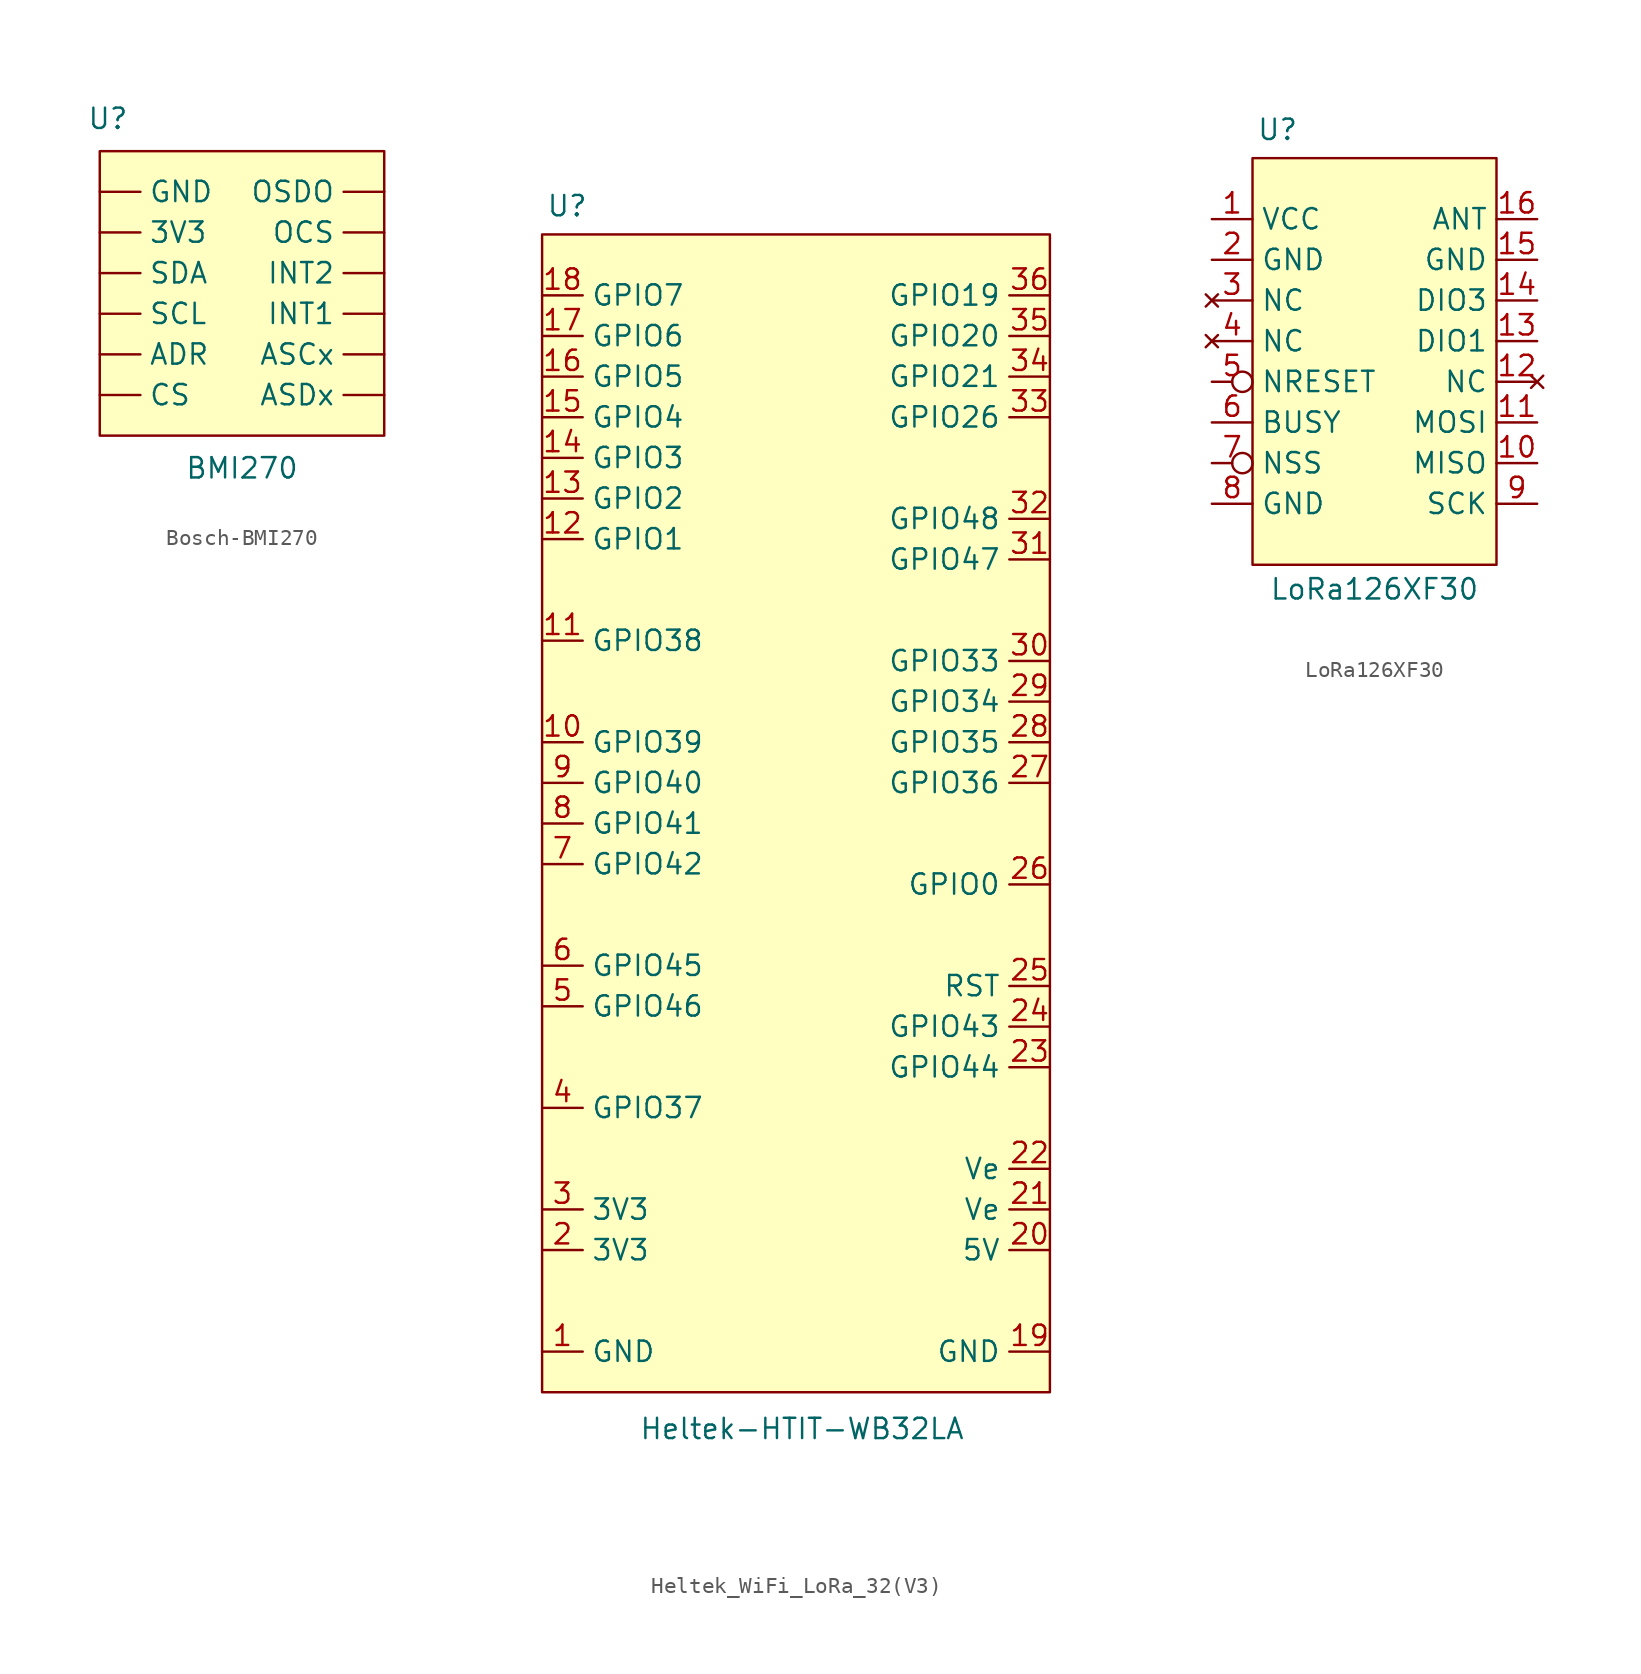
<source format=kicad_sym>
(kicad_symbol_lib
  (version 20231120)
  (generator "kicad_symbol_editor")
  (generator_version "8.0")
  (symbol "Bosch-BMI270"
    (property "Reference" "U"
      (at -8.382 10.922 0)
      (effects (font (size 1.27 1.27))))
    (property "Value" "BMI270"
      (at 0 -10.922 0)
      (effects (font (size 1.27 1.27))))
    (symbol "Bosch-BMI270_0_1"
      (rectangle (start -8.89 8.89) (end 8.89 -8.89) (stroke (width 0) (type default)) (fill (type background))))
    (symbol "Bosch-BMI270_1_1"
      (pin power_in line (at -8.89 3.81 0) (length 2.54) (name "3V3" (effects (font (size 1.27 1.27)))) (number "" (effects (font (size 1.27 1.27)))))
      (pin input line (at -8.89 -3.81 0) (length 2.54) (name "ADR" (effects (font (size 1.27 1.27)))) (number "" (effects (font (size 1.27 1.27)))))
      (pin input line (at 8.89 -3.81 180) (length 2.54) (name "ASCx" (effects (font (size 1.27 1.27)))) (number "" (effects (font (size 1.27 1.27)))))
      (pin bidirectional line (at 8.89 -6.35 180) (length 2.54) (name "ASDx" (effects (font (size 1.27 1.27)))) (number "" (effects (font (size 1.27 1.27)))))
      (pin input line (at -8.89 -6.35 0) (length 2.54) (name "CS" (effects (font (size 1.27 1.27)))) (number "" (effects (font (size 1.27 1.27)))))
      (pin power_in line (at -8.89 6.35 0) (length 2.54) (name "GND" (effects (font (size 1.27 1.27)))) (number "" (effects (font (size 1.27 1.27)))))
      (pin output line (at 8.89 -1.27 180) (length 2.54) (name "INT1" (effects (font (size 1.27 1.27)))) (number "" (effects (font (size 1.27 1.27)))))
      (pin output line (at 8.89 1.27 180) (length 2.54) (name "INT2" (effects (font (size 1.27 1.27)))) (number "" (effects (font (size 1.27 1.27)))))
      (pin open_collector line (at 8.89 3.81 180) (length 2.54) (name "OCS" (effects (font (size 1.27 1.27)))) (number "" (effects (font (size 1.27 1.27)))))
      (pin output line (at 8.89 6.35 180) (length 2.54) (name "OSDO" (effects (font (size 1.27 1.27)))) (number "" (effects (font (size 1.27 1.27)))))
      (pin input line (at -8.89 -1.27 0) (length 2.54) (name "SCL" (effects (font (size 1.27 1.27)))) (number "" (effects (font (size 1.27 1.27)))))
      (pin bidirectional line (at -8.89 1.27 0) (length 2.54) (name "SDA" (effects (font (size 1.27 1.27)))) (number "" (effects (font (size 1.27 1.27)))))))
  (symbol "Heltek_WiFi_LoRa_32(V3)"
    (property "Reference" "U"
      (at -16.256 39.878 0)
      (effects (font (size 1.27 1.27)) (justify left)))
    (property "Value" "Heltek-HTIT-WB32LA"
      (at -0.254 -36.576 0)
      (effects (font (size 1.27 1.27))))
    (symbol "Heltek_WiFi_LoRa_32(V3)_0_1"
      (rectangle (start -16.51 38.1) (end 15.24 -34.29) (stroke (width 0) (type default)) (fill (type background))))
    (symbol "Heltek_WiFi_LoRa_32(V3)_1_1"
      (pin power_out line (at -16.51 -31.75 0) (length 2.54) (name "GND" (effects (font (size 1.27 1.27)))) (number "1" (effects (font (size 1.27 1.27)))))
      (pin bidirectional line (at -16.51 6.35 0) (length 2.54) (name "GPIO39" (effects (font (size 1.27 1.27)))) (number "10" (effects (font (size 1.27 1.27)))) (alternate "MTCK" bidirectional line))
      (pin bidirectional line (at -16.51 12.7 0) (length 2.54) (name "GPIO38" (effects (font (size 1.27 1.27)))) (number "11" (effects (font (size 1.27 1.27)))) (alternate "FSPIWP" bidirectional line) (alternate "SUBSPIWP" bidirectional line))
      (pin bidirectional line (at -16.51 19.05 0) (length 2.54) (name "GPIO1" (effects (font (size 1.27 1.27)))) (number "12" (effects (font (size 1.27 1.27)))) (alternate "ADC1_CH0" bidirectional line) (alternate "TOUCH1" bidirectional line) (alternate "VBAT_READ" bidirectional line))
      (pin bidirectional line (at -16.51 21.59 0) (length 2.54) (name "GPIO2" (effects (font (size 1.27 1.27)))) (number "13" (effects (font (size 1.27 1.27)))) (alternate "ADC1_CH1" bidirectional line) (alternate "TOUCH2" bidirectional line))
      (pin bidirectional line (at -16.51 24.13 0) (length 2.54) (name "GPIO3" (effects (font (size 1.27 1.27)))) (number "14" (effects (font (size 1.27 1.27)))) (alternate "ADC1_CH2" bidirectional line) (alternate "TOUCH3" bidirectional line))
      (pin bidirectional line (at -16.51 26.67 0) (length 2.54) (name "GPIO4" (effects (font (size 1.27 1.27)))) (number "15" (effects (font (size 1.27 1.27)))) (alternate "ADC1_CH3" bidirectional line) (alternate "TOUCH4" bidirectional line))
      (pin bidirectional line (at -16.51 29.21 0) (length 2.54) (name "GPIO5" (effects (font (size 1.27 1.27)))) (number "16" (effects (font (size 1.27 1.27)))) (alternate "ADC1_CH4" bidirectional line) (alternate "TOUCH5" bidirectional line))
      (pin bidirectional line (at -16.51 31.75 0) (length 2.54) (name "GPIO6" (effects (font (size 1.27 1.27)))) (number "17" (effects (font (size 1.27 1.27)))) (alternate "ADC1_CH5" bidirectional line) (alternate "TOUCH6" bidirectional line))
      (pin bidirectional line (at -16.51 34.29 0) (length 2.54) (name "GPIO7" (effects (font (size 1.27 1.27)))) (number "18" (effects (font (size 1.27 1.27)))) (alternate "ADC1_CH6" bidirectional line) (alternate "TOUCH7" bidirectional line))
      (pin power_out line (at 15.24 -31.75 180) (length 2.54) (name "GND" (effects (font (size 1.27 1.27)))) (number "19" (effects (font (size 1.27 1.27)))))
      (pin power_out line (at -16.51 -25.4 0) (length 2.54) (name "3V3" (effects (font (size 1.27 1.27)))) (number "2" (effects (font (size 1.27 1.27)))))
      (pin power_out line (at 15.24 -25.4 180) (length 2.54) (name "5V" (effects (font (size 1.27 1.27)))) (number "20" (effects (font (size 1.27 1.27)))))
      (pin bidirectional line (at 15.24 -22.86 180) (length 2.54) (name "Ve" (effects (font (size 1.27 1.27)))) (number "21" (effects (font (size 1.27 1.27)))))
      (pin bidirectional line (at 15.24 -20.32 180) (length 2.54) (name "Ve" (effects (font (size 1.27 1.27)))) (number "22" (effects (font (size 1.27 1.27)))))
      (pin bidirectional line (at 15.24 -13.97 180) (length 2.54) (name "GPIO44" (effects (font (size 1.27 1.27)))) (number "23" (effects (font (size 1.27 1.27)))) (alternate "CP2102_TX" output line) (alternate "U0RXD" input line))
      (pin bidirectional line (at 15.24 -11.43 180) (length 2.54) (name "GPIO43" (effects (font (size 1.27 1.27)))) (number "24" (effects (font (size 1.27 1.27)))) (alternate "CP2102_RX" input line) (alternate "U0TXD" output line))
      (pin input line (at 15.24 -8.89 180) (length 2.54) (name "RST" (effects (font (size 1.27 1.27)))) (number "25" (effects (font (size 1.27 1.27)))) (alternate "RST_SW" input line))
      (pin bidirectional line (at 15.24 -2.54 180) (length 2.54) (name "GPIO0" (effects (font (size 1.27 1.27)))) (number "26" (effects (font (size 1.27 1.27)))) (alternate "USER_SW" input line))
      (pin bidirectional line (at 15.24 3.81 180) (length 2.54) (name "GPIO36" (effects (font (size 1.27 1.27)))) (number "27" (effects (font (size 1.27 1.27)))) (alternate "FSPICLK" output line) (alternate "SPIIO7" bidirectional line) (alternate "SUBSPICLK" output line) (alternate "Vext_Ctrl" output line))
      (pin bidirectional line (at 15.24 6.35 180) (length 2.54) (name "GPIO35" (effects (font (size 1.27 1.27)))) (number "28" (effects (font (size 1.27 1.27)))) (alternate "FSPID" bidirectional line) (alternate "LED_Write" output line) (alternate "SPIIO6" bidirectional line) (alternate "SUBSPID" bidirectional line))
      (pin bidirectional line (at 15.24 8.89 180) (length 2.54) (name "GPIO34" (effects (font (size 1.27 1.27)))) (number "29" (effects (font (size 1.27 1.27)))) (alternate "FSPIHD" input line) (alternate "SPICS0" output line) (alternate "SUBSPICS0" output line))
      (pin power_out line (at -16.51 -22.86 0) (length 2.54) (name "3V3" (effects (font (size 1.27 1.27)))) (number "3" (effects (font (size 1.27 1.27)))))
      (pin bidirectional line (at 15.24 11.43 180) (length 2.54) (name "GPIO33" (effects (font (size 1.27 1.27)))) (number "30" (effects (font (size 1.27 1.27)))) (alternate "FSPIHD" input line) (alternate "SPIIO4" bidirectional line) (alternate "SUBSPIHD" input line))
      (pin bidirectional line (at 15.24 17.78 180) (length 2.54) (name "GPIO47" (effects (font (size 1.27 1.27)))) (number "31" (effects (font (size 1.27 1.27)))))
      (pin bidirectional line (at 15.24 20.32 180) (length 2.54) (name "GPIO48" (effects (font (size 1.27 1.27)))) (number "32" (effects (font (size 1.27 1.27)))))
      (pin bidirectional line (at 15.24 26.67 180) (length 2.54) (name "GPIO26" (effects (font (size 1.27 1.27)))) (number "33" (effects (font (size 1.27 1.27)))) (alternate "SPICS1" output line))
      (pin bidirectional line (at 15.24 29.21 180) (length 2.54) (name "GPIO21" (effects (font (size 1.27 1.27)))) (number "34" (effects (font (size 1.27 1.27)))) (alternate "OLED_RST" output line))
      (pin bidirectional line (at 15.24 31.75 180) (length 2.54) (name "GPIO20" (effects (font (size 1.27 1.27)))) (number "35" (effects (font (size 1.27 1.27)))) (alternate "ADC2_CH9" bidirectional line) (alternate "CLK_OUT1" bidirectional line) (alternate "U1CTS" input line) (alternate "USB_D+" bidirectional line))
      (pin bidirectional line (at 15.24 34.29 180) (length 2.54) (name "GPIO19" (effects (font (size 1.27 1.27)))) (number "36" (effects (font (size 1.27 1.27)))) (alternate "ADC2_CH9" bidirectional line) (alternate "CLK_OUT2" bidirectional line) (alternate "U1RST" output line) (alternate "USB_D-" bidirectional line))
      (pin bidirectional line (at -16.51 -16.51 0) (length 2.54) (name "GPIO37" (effects (font (size 1.27 1.27)))) (number "4" (effects (font (size 1.27 1.27)))) (alternate "ADC_CTRL" bidirectional line) (alternate "FSPIQ" bidirectional line) (alternate "SPIDQS" bidirectional line) (alternate "SUBSPIQ" bidirectional line))
      (pin bidirectional line (at -16.51 -10.16 0) (length 2.54) (name "GPIO46" (effects (font (size 1.27 1.27)))) (number "5" (effects (font (size 1.27 1.27)))))
      (pin bidirectional line (at -16.51 -7.62 0) (length 2.54) (name "GPIO45" (effects (font (size 1.27 1.27)))) (number "6" (effects (font (size 1.27 1.27)))))
      (pin bidirectional line (at -16.51 -1.27 0) (length 2.54) (name "GPIO42" (effects (font (size 1.27 1.27)))) (number "7" (effects (font (size 1.27 1.27)))) (alternate "MTMS" bidirectional line))
      (pin bidirectional line (at -16.51 1.27 0) (length 2.54) (name "GPIO41" (effects (font (size 1.27 1.27)))) (number "8" (effects (font (size 1.27 1.27)))) (alternate "MTDI" bidirectional line))
      (pin bidirectional line (at -16.51 3.81 0) (length 2.54) (name "GPIO40" (effects (font (size 1.27 1.27)))) (number "9" (effects (font (size 1.27 1.27)))) (alternate "MTDO" bidirectional line))))
  (symbol "LoRa126XF30"
    (property "Reference" "U"
      (at 0.254 27.178 0)
      (effects (font (size 1.27 1.27)) (justify left)))
    (property "Value" "LoRa126XF30"
      (at 7.62 -1.524 0)
      (effects (font (size 1.27 1.27))))
    (symbol "LoRa126XF30_1_1"
      (rectangle (start 0 25.4) (end 15.24 0) (stroke (width 0) (type default)) (fill (type background)))
      (pin power_in line (at -2.54 21.59 0) (length 2.54) (name "VCC" (effects (font (size 1.27 1.27)))) (number "1" (effects (font (size 1.27 1.27)))))
      (pin output line (at 17.78 6.35 180) (length 2.54) (name "MISO" (effects (font (size 1.27 1.27)))) (number "10" (effects (font (size 1.27 1.27)))))
      (pin input line (at 17.78 8.89 180) (length 2.54) (name "MOSI" (effects (font (size 1.27 1.27)))) (number "11" (effects (font (size 1.27 1.27)))))
      (pin no_connect line (at 17.78 11.43 180) (length 2.54) (name "NC" (effects (font (size 1.27 1.27)))) (number "12" (effects (font (size 1.27 1.27)))))
      (pin output line (at 17.78 13.97 180) (length 2.54) (name "DIO1" (effects (font (size 1.27 1.27)))) (number "13" (effects (font (size 1.27 1.27)))))
      (pin output line (at 17.78 16.51 180) (length 2.54) (name "DIO3" (effects (font (size 1.27 1.27)))) (number "14" (effects (font (size 1.27 1.27)))))
      (pin power_in line (at 17.78 19.05 180) (length 2.54) (name "GND" (effects (font (size 1.27 1.27)))) (number "15" (effects (font (size 1.27 1.27)))))
      (pin passive line (at 17.78 21.59 180) (length 2.54) (name "ANT" (effects (font (size 1.27 1.27)))) (number "16" (effects (font (size 1.27 1.27)))))
      (pin power_in line (at -2.54 19.05 0) (length 2.54) (name "GND" (effects (font (size 1.27 1.27)))) (number "2" (effects (font (size 1.27 1.27)))))
      (pin no_connect line (at -2.54 16.51 0) (length 2.54) (name "NC" (effects (font (size 1.27 1.27)))) (number "3" (effects (font (size 1.27 1.27)))))
      (pin no_connect line (at -2.54 13.97 0) (length 2.54) (name "NC" (effects (font (size 1.27 1.27)))) (number "4" (effects (font (size 1.27 1.27)))))
      (pin input inverted (at -2.54 11.43 0) (length 2.54) (name "NRESET" (effects (font (size 1.27 1.27)))) (number "5" (effects (font (size 1.27 1.27)))))
      (pin output line (at -2.54 8.89 0) (length 2.54) (name "BUSY" (effects (font (size 1.27 1.27)))) (number "6" (effects (font (size 1.27 1.27)))))
      (pin input inverted (at -2.54 6.35 0) (length 2.54) (name "NSS" (effects (font (size 1.27 1.27)))) (number "7" (effects (font (size 1.27 1.27)))))
      (pin power_in line (at -2.54 3.81 0) (length 2.54) (name "GND" (effects (font (size 1.27 1.27)))) (number "8" (effects (font (size 1.27 1.27)))))
      (pin input line (at 17.78 3.81 180) (length 2.54) (name "SCK" (effects (font (size 1.27 1.27)))) (number "9" (effects (font (size 1.27 1.27))))))))
</source>
